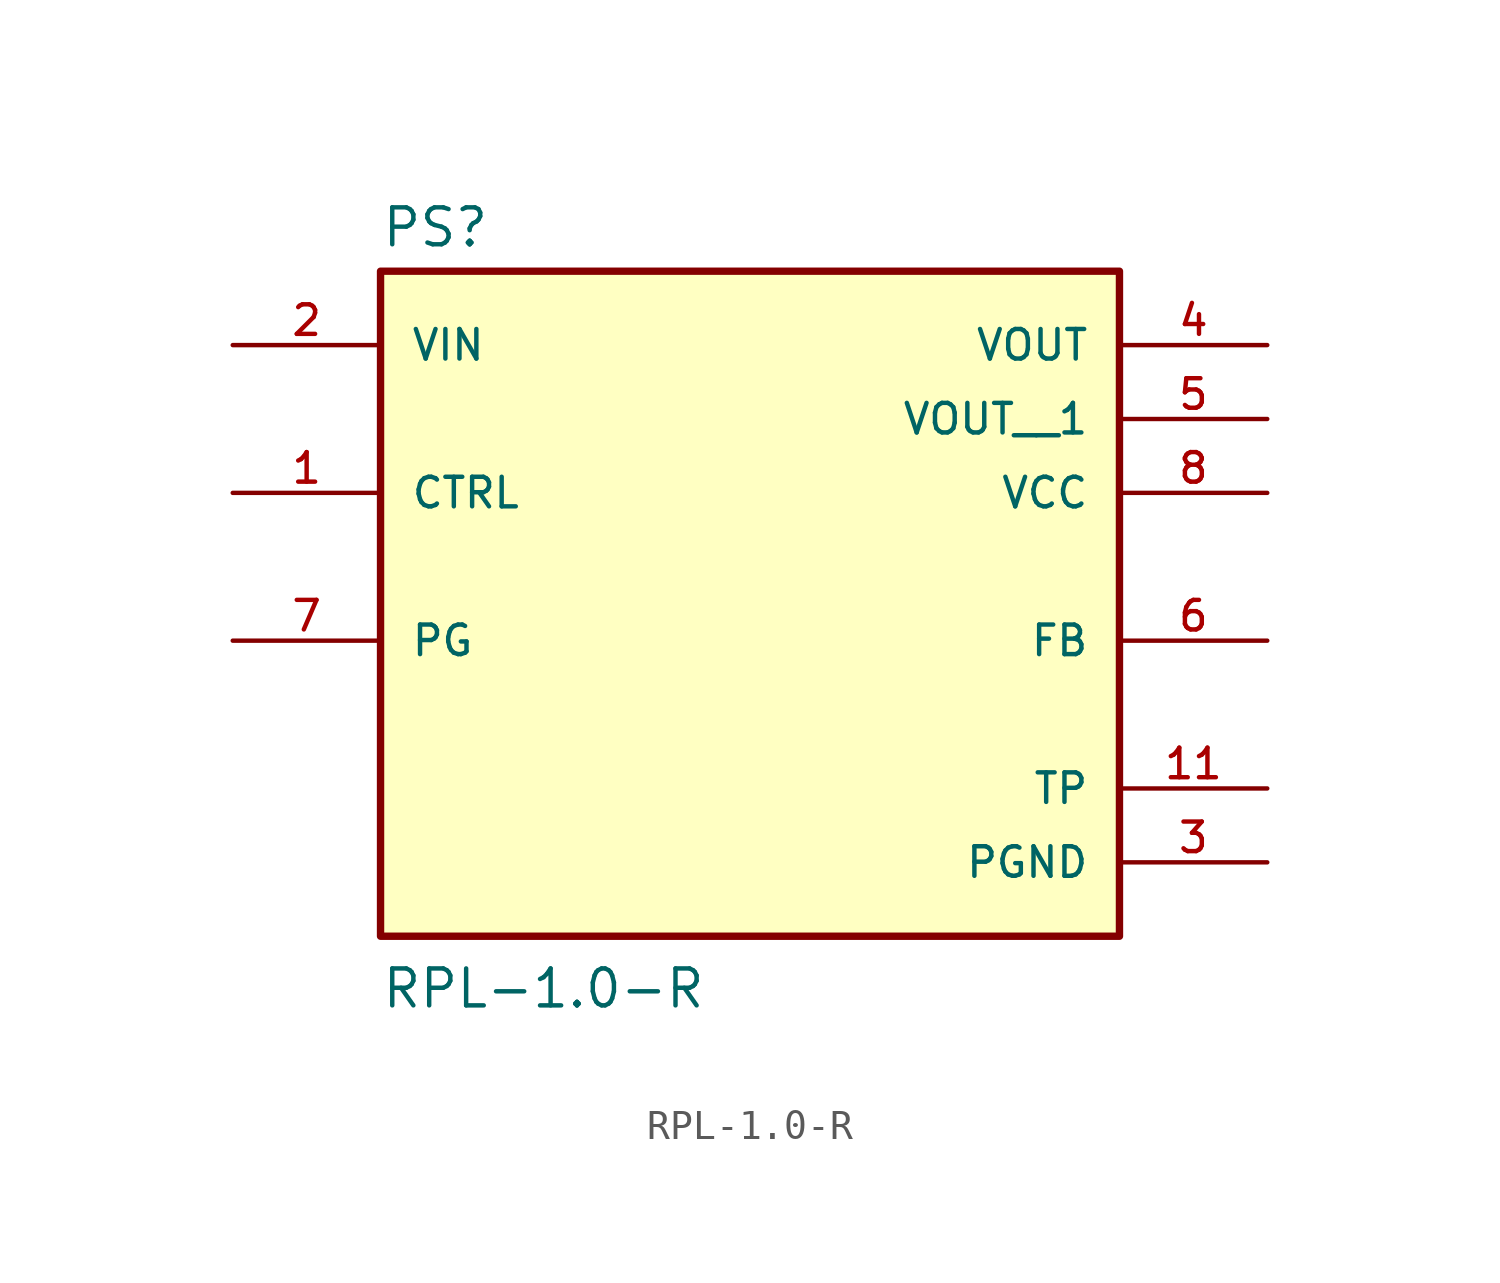
<source format=kicad_sym>
(kicad_symbol_lib
  (version 20211014)
  (generator kicad_symbol_editor)
  (symbol "RPL-1.0-R"
    (pin_names
      (offset 1.016))
    (property "Reference" "PS"
      (at -12.7 10.922 0)
      (effects (font (size 1.27 1.27)) (justify bottom left)))
    (property "Value" "RPL-1.0-R"
      (at -12.7 -15.24 0)
      (effects (font (size 1.27 1.27)) (justify bottom left)))
    (symbol "RPL-1.0-R_0_0"
      (rectangle (start -12.7 -12.7) (end 12.7 10.16) (stroke (width 0.254)) (fill (type background)))
      (pin input line (at -17.78 2.54 0) (length 5.08) (name "CTRL" (effects (font (size 1.016 1.016)))) (number "1" (effects (font (size 1.016 1.016)))))
      (pin input line (at -17.78 7.62 0) (length 5.08) (name "VIN" (effects (font (size 1.016 1.016)))) (number "2" (effects (font (size 1.016 1.016)))))
      (pin power_in line (at 17.78 -10.16 180.0) (length 5.08) (name "PGND" (effects (font (size 1.016 1.016)))) (number "3" (effects (font (size 1.016 1.016)))))
      (pin output line (at 17.78 7.62 180.0) (length 5.08) (name "VOUT" (effects (font (size 1.016 1.016)))) (number "4" (effects (font (size 1.016 1.016)))))
      (pin input line (at 17.78 -2.54 180.0) (length 5.08) (name "FB" (effects (font (size 1.016 1.016)))) (number "6" (effects (font (size 1.016 1.016)))))
      (pin output line (at -17.78 -2.54 0) (length 5.08) (name "PG" (effects (font (size 1.016 1.016)))) (number "7" (effects (font (size 1.016 1.016)))))
      (pin output line (at 17.78 2.54 180.0) (length 5.08) (name "VCC" (effects (font (size 1.016 1.016)))) (number "8" (effects (font (size 1.016 1.016)))))
      (pin power_in line (at 17.78 -7.62 180.0) (length 5.08) (name "TP" (effects (font (size 1.016 1.016)))) (number "11" (effects (font (size 1.016 1.016)))))
      (pin output line (at 17.78 5.08 180.0) (length 5.08) (name "VOUT__1" (effects (font (size 1.016 1.016)))) (number "5" (effects (font (size 1.016 1.016))))))))
</source>
